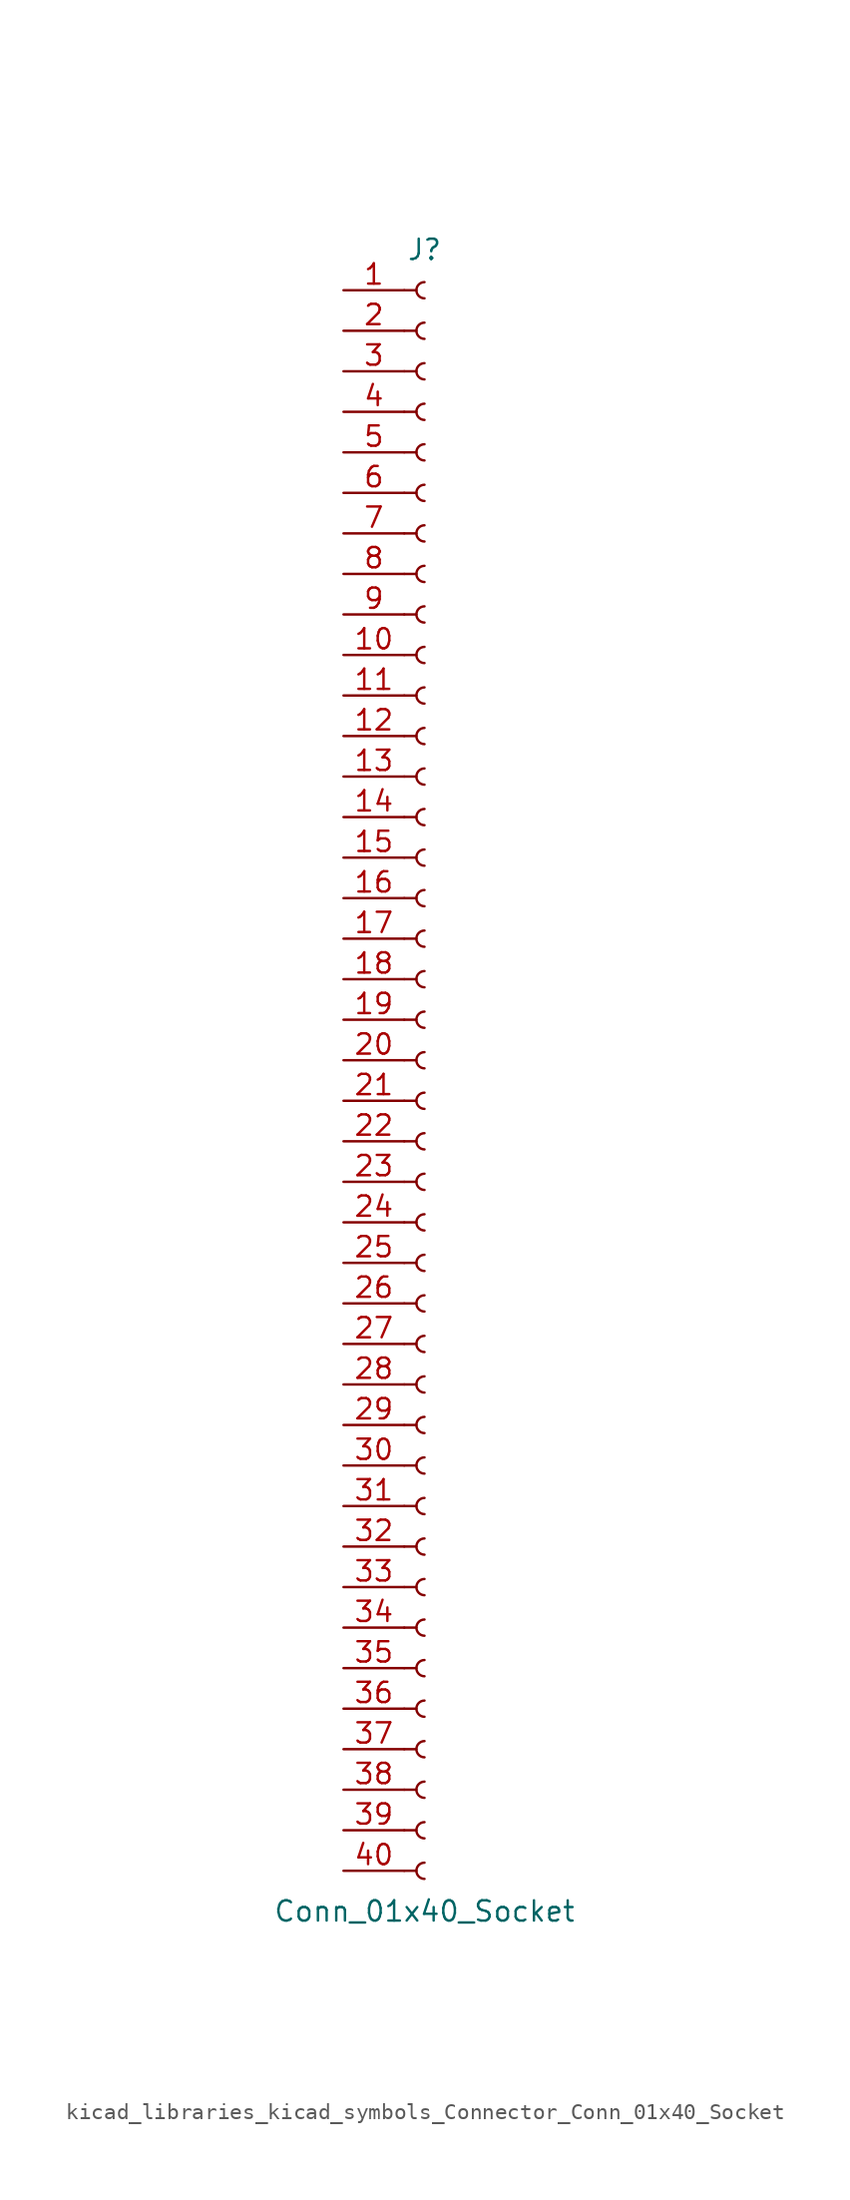
<source format=kicad_sym>
(kicad_symbol_lib
  (version 20220914)
  (generator kicad_symbol_editor)
  (symbol "kicad_libraries_kicad_symbols_Connector_Conn_01x40_Socket"
    (pin_names
      (offset 1.016) hide)
    (property "Reference" "J"
      (at 0 50.8 0)
      (effects (font (size 1.27 1.27))))
    (property "Value" "Conn_01x40_Socket"
      (at 0 -53.34 0)
      (effects (font (size 1.27 1.27))))
    (property "ki_locked" ""
      (at 0 0 0)
      (effects (font (size 1.27 1.27))))
    (symbol "kicad_libraries_kicad_symbols_Connector_Conn_01x40_Socket_1_1"
      (arc (start 0 -50.292) (mid -0.5058 -50.8) (end 0 -51.308) (stroke (width 0.1524) (type default)) (fill (type none)))
      (arc (start 0 -47.752) (mid -0.5058 -48.26) (end 0 -48.768) (stroke (width 0.1524) (type default)) (fill (type none)))
      (arc (start 0 -45.212) (mid -0.5058 -45.72) (end 0 -46.228) (stroke (width 0.1524) (type default)) (fill (type none)))
      (arc (start 0 -42.672) (mid -0.5058 -43.18) (end 0 -43.688) (stroke (width 0.1524) (type default)) (fill (type none)))
      (arc (start 0 -40.132) (mid -0.5058 -40.64) (end 0 -41.148) (stroke (width 0.1524) (type default)) (fill (type none)))
      (arc (start 0 -37.592) (mid -0.5058 -38.1) (end 0 -38.608) (stroke (width 0.1524) (type default)) (fill (type none)))
      (arc (start 0 -35.052) (mid -0.5058 -35.56) (end 0 -36.068) (stroke (width 0.1524) (type default)) (fill (type none)))
      (arc (start 0 -32.512) (mid -0.5058 -33.02) (end 0 -33.528) (stroke (width 0.1524) (type default)) (fill (type none)))
      (arc (start 0 -29.972) (mid -0.5058 -30.48) (end 0 -30.988) (stroke (width 0.1524) (type default)) (fill (type none)))
      (arc (start 0 -27.432) (mid -0.5058 -27.94) (end 0 -28.448) (stroke (width 0.1524) (type default)) (fill (type none)))
      (arc (start 0 -24.892) (mid -0.5058 -25.4) (end 0 -25.908) (stroke (width 0.1524) (type default)) (fill (type none)))
      (arc (start 0 -22.352) (mid -0.5058 -22.86) (end 0 -23.368) (stroke (width 0.1524) (type default)) (fill (type none)))
      (arc (start 0 -19.812) (mid -0.5058 -20.32) (end 0 -20.828) (stroke (width 0.1524) (type default)) (fill (type none)))
      (arc (start 0 -17.272) (mid -0.5058 -17.78) (end 0 -18.288) (stroke (width 0.1524) (type default)) (fill (type none)))
      (arc (start 0 -14.732) (mid -0.5058 -15.24) (end 0 -15.748) (stroke (width 0.1524) (type default)) (fill (type none)))
      (arc (start 0 -12.192) (mid -0.5058 -12.7) (end 0 -13.208) (stroke (width 0.1524) (type default)) (fill (type none)))
      (arc (start 0 -9.652) (mid -0.5058 -10.16) (end 0 -10.668) (stroke (width 0.1524) (type default)) (fill (type none)))
      (arc (start 0 -7.112) (mid -0.5058 -7.62) (end 0 -8.128) (stroke (width 0.1524) (type default)) (fill (type none)))
      (arc (start 0 -4.572) (mid -0.5058 -5.08) (end 0 -5.588) (stroke (width 0.1524) (type default)) (fill (type none)))
      (arc (start 0 -2.032) (mid -0.5058 -2.54) (end 0 -3.048) (stroke (width 0.1524) (type default)) (fill (type none)))
      (polyline (pts (xy -1.27 -50.8) (xy -0.508 -50.8)) (stroke (width 0.152) (type default)) (fill (type none)))
      (polyline (pts (xy -1.27 -48.26) (xy -0.508 -48.26)) (stroke (width 0.152) (type default)) (fill (type none)))
      (polyline (pts (xy -1.27 -45.72) (xy -0.508 -45.72)) (stroke (width 0.152) (type default)) (fill (type none)))
      (polyline (pts (xy -1.27 -43.18) (xy -0.508 -43.18)) (stroke (width 0.152) (type default)) (fill (type none)))
      (polyline (pts (xy -1.27 -40.64) (xy -0.508 -40.64)) (stroke (width 0.152) (type default)) (fill (type none)))
      (polyline (pts (xy -1.27 -38.1) (xy -0.508 -38.1)) (stroke (width 0.152) (type default)) (fill (type none)))
      (polyline (pts (xy -1.27 -35.56) (xy -0.508 -35.56)) (stroke (width 0.152) (type default)) (fill (type none)))
      (polyline (pts (xy -1.27 -33.02) (xy -0.508 -33.02)) (stroke (width 0.152) (type default)) (fill (type none)))
      (polyline (pts (xy -1.27 -30.48) (xy -0.508 -30.48)) (stroke (width 0.152) (type default)) (fill (type none)))
      (polyline (pts (xy -1.27 -27.94) (xy -0.508 -27.94)) (stroke (width 0.152) (type default)) (fill (type none)))
      (polyline (pts (xy -1.27 -25.4) (xy -0.508 -25.4)) (stroke (width 0.152) (type default)) (fill (type none)))
      (polyline (pts (xy -1.27 -22.86) (xy -0.508 -22.86)) (stroke (width 0.152) (type default)) (fill (type none)))
      (polyline (pts (xy -1.27 -20.32) (xy -0.508 -20.32)) (stroke (width 0.152) (type default)) (fill (type none)))
      (polyline (pts (xy -1.27 -17.78) (xy -0.508 -17.78)) (stroke (width 0.152) (type default)) (fill (type none)))
      (polyline (pts (xy -1.27 -15.24) (xy -0.508 -15.24)) (stroke (width 0.152) (type default)) (fill (type none)))
      (polyline (pts (xy -1.27 -12.7) (xy -0.508 -12.7)) (stroke (width 0.152) (type default)) (fill (type none)))
      (polyline (pts (xy -1.27 -10.16) (xy -0.508 -10.16)) (stroke (width 0.152) (type default)) (fill (type none)))
      (polyline (pts (xy -1.27 -7.62) (xy -0.508 -7.62)) (stroke (width 0.152) (type default)) (fill (type none)))
      (polyline (pts (xy -1.27 -5.08) (xy -0.508 -5.08)) (stroke (width 0.152) (type default)) (fill (type none)))
      (polyline (pts (xy -1.27 -2.54) (xy -0.508 -2.54)) (stroke (width 0.152) (type default)) (fill (type none)))
      (polyline (pts (xy -1.27 0) (xy -0.508 0)) (stroke (width 0.152) (type default)) (fill (type none)))
      (polyline (pts (xy -1.27 2.54) (xy -0.508 2.54)) (stroke (width 0.152) (type default)) (fill (type none)))
      (polyline (pts (xy -1.27 5.08) (xy -0.508 5.08)) (stroke (width 0.152) (type default)) (fill (type none)))
      (polyline (pts (xy -1.27 7.62) (xy -0.508 7.62)) (stroke (width 0.152) (type default)) (fill (type none)))
      (polyline (pts (xy -1.27 10.16) (xy -0.508 10.16)) (stroke (width 0.152) (type default)) (fill (type none)))
      (polyline (pts (xy -1.27 12.7) (xy -0.508 12.7)) (stroke (width 0.152) (type default)) (fill (type none)))
      (polyline (pts (xy -1.27 15.24) (xy -0.508 15.24)) (stroke (width 0.152) (type default)) (fill (type none)))
      (polyline (pts (xy -1.27 17.78) (xy -0.508 17.78)) (stroke (width 0.152) (type default)) (fill (type none)))
      (polyline (pts (xy -1.27 20.32) (xy -0.508 20.32)) (stroke (width 0.152) (type default)) (fill (type none)))
      (polyline (pts (xy -1.27 22.86) (xy -0.508 22.86)) (stroke (width 0.152) (type default)) (fill (type none)))
      (polyline (pts (xy -1.27 25.4) (xy -0.508 25.4)) (stroke (width 0.152) (type default)) (fill (type none)))
      (polyline (pts (xy -1.27 27.94) (xy -0.508 27.94)) (stroke (width 0.152) (type default)) (fill (type none)))
      (polyline (pts (xy -1.27 30.48) (xy -0.508 30.48)) (stroke (width 0.152) (type default)) (fill (type none)))
      (polyline (pts (xy -1.27 33.02) (xy -0.508 33.02)) (stroke (width 0.152) (type default)) (fill (type none)))
      (polyline (pts (xy -1.27 35.56) (xy -0.508 35.56)) (stroke (width 0.152) (type default)) (fill (type none)))
      (polyline (pts (xy -1.27 38.1) (xy -0.508 38.1)) (stroke (width 0.152) (type default)) (fill (type none)))
      (polyline (pts (xy -1.27 40.64) (xy -0.508 40.64)) (stroke (width 0.152) (type default)) (fill (type none)))
      (polyline (pts (xy -1.27 43.18) (xy -0.508 43.18)) (stroke (width 0.152) (type default)) (fill (type none)))
      (polyline (pts (xy -1.27 45.72) (xy -0.508 45.72)) (stroke (width 0.152) (type default)) (fill (type none)))
      (polyline (pts (xy -1.27 48.26) (xy -0.508 48.26)) (stroke (width 0.152) (type default)) (fill (type none)))
      (arc (start 0 0.508) (mid -0.5058 0) (end 0 -0.508) (stroke (width 0.1524) (type default)) (fill (type none)))
      (arc (start 0 3.048) (mid -0.5058 2.54) (end 0 2.032) (stroke (width 0.1524) (type default)) (fill (type none)))
      (arc (start 0 5.588) (mid -0.5058 5.08) (end 0 4.572) (stroke (width 0.1524) (type default)) (fill (type none)))
      (arc (start 0 8.128) (mid -0.5058 7.62) (end 0 7.112) (stroke (width 0.1524) (type default)) (fill (type none)))
      (arc (start 0 10.668) (mid -0.5058 10.16) (end 0 9.652) (stroke (width 0.1524) (type default)) (fill (type none)))
      (arc (start 0 13.208) (mid -0.5058 12.7) (end 0 12.192) (stroke (width 0.1524) (type default)) (fill (type none)))
      (arc (start 0 15.748) (mid -0.5058 15.24) (end 0 14.732) (stroke (width 0.1524) (type default)) (fill (type none)))
      (arc (start 0 18.288) (mid -0.5058 17.78) (end 0 17.272) (stroke (width 0.1524) (type default)) (fill (type none)))
      (arc (start 0 20.828) (mid -0.5058 20.32) (end 0 19.812) (stroke (width 0.1524) (type default)) (fill (type none)))
      (arc (start 0 23.368) (mid -0.5058 22.86) (end 0 22.352) (stroke (width 0.1524) (type default)) (fill (type none)))
      (arc (start 0 25.908) (mid -0.5058 25.4) (end 0 24.892) (stroke (width 0.1524) (type default)) (fill (type none)))
      (arc (start 0 28.448) (mid -0.5058 27.94) (end 0 27.432) (stroke (width 0.1524) (type default)) (fill (type none)))
      (arc (start 0 30.988) (mid -0.5058 30.48) (end 0 29.972) (stroke (width 0.1524) (type default)) (fill (type none)))
      (arc (start 0 33.528) (mid -0.5058 33.02) (end 0 32.512) (stroke (width 0.1524) (type default)) (fill (type none)))
      (arc (start 0 36.068) (mid -0.5058 35.56) (end 0 35.052) (stroke (width 0.1524) (type default)) (fill (type none)))
      (arc (start 0 38.608) (mid -0.5058 38.1) (end 0 37.592) (stroke (width 0.1524) (type default)) (fill (type none)))
      (arc (start 0 41.148) (mid -0.5058 40.64) (end 0 40.132) (stroke (width 0.1524) (type default)) (fill (type none)))
      (arc (start 0 43.688) (mid -0.5058 43.18) (end 0 42.672) (stroke (width 0.1524) (type default)) (fill (type none)))
      (arc (start 0 46.228) (mid -0.5058 45.72) (end 0 45.212) (stroke (width 0.1524) (type default)) (fill (type none)))
      (arc (start 0 48.768) (mid -0.5058 48.26) (end 0 47.752) (stroke (width 0.1524) (type default)) (fill (type none)))
      (pin passive line (at -5.08 48.26 0) (length 3.81) (name "Pin_1" (effects (font (size 1.27 1.27)))) (number "1" (effects (font (size 1.27 1.27)))))
      (pin passive line (at -5.08 25.4 0) (length 3.81) (name "Pin_10" (effects (font (size 1.27 1.27)))) (number "10" (effects (font (size 1.27 1.27)))))
      (pin passive line (at -5.08 22.86 0) (length 3.81) (name "Pin_11" (effects (font (size 1.27 1.27)))) (number "11" (effects (font (size 1.27 1.27)))))
      (pin passive line (at -5.08 20.32 0) (length 3.81) (name "Pin_12" (effects (font (size 1.27 1.27)))) (number "12" (effects (font (size 1.27 1.27)))))
      (pin passive line (at -5.08 17.78 0) (length 3.81) (name "Pin_13" (effects (font (size 1.27 1.27)))) (number "13" (effects (font (size 1.27 1.27)))))
      (pin passive line (at -5.08 15.24 0) (length 3.81) (name "Pin_14" (effects (font (size 1.27 1.27)))) (number "14" (effects (font (size 1.27 1.27)))))
      (pin passive line (at -5.08 12.7 0) (length 3.81) (name "Pin_15" (effects (font (size 1.27 1.27)))) (number "15" (effects (font (size 1.27 1.27)))))
      (pin passive line (at -5.08 10.16 0) (length 3.81) (name "Pin_16" (effects (font (size 1.27 1.27)))) (number "16" (effects (font (size 1.27 1.27)))))
      (pin passive line (at -5.08 7.62 0) (length 3.81) (name "Pin_17" (effects (font (size 1.27 1.27)))) (number "17" (effects (font (size 1.27 1.27)))))
      (pin passive line (at -5.08 5.08 0) (length 3.81) (name "Pin_18" (effects (font (size 1.27 1.27)))) (number "18" (effects (font (size 1.27 1.27)))))
      (pin passive line (at -5.08 2.54 0) (length 3.81) (name "Pin_19" (effects (font (size 1.27 1.27)))) (number "19" (effects (font (size 1.27 1.27)))))
      (pin passive line (at -5.08 45.72 0) (length 3.81) (name "Pin_2" (effects (font (size 1.27 1.27)))) (number "2" (effects (font (size 1.27 1.27)))))
      (pin passive line (at -5.08 0 0) (length 3.81) (name "Pin_20" (effects (font (size 1.27 1.27)))) (number "20" (effects (font (size 1.27 1.27)))))
      (pin passive line (at -5.08 -2.54 0) (length 3.81) (name "Pin_21" (effects (font (size 1.27 1.27)))) (number "21" (effects (font (size 1.27 1.27)))))
      (pin passive line (at -5.08 -5.08 0) (length 3.81) (name "Pin_22" (effects (font (size 1.27 1.27)))) (number "22" (effects (font (size 1.27 1.27)))))
      (pin passive line (at -5.08 -7.62 0) (length 3.81) (name "Pin_23" (effects (font (size 1.27 1.27)))) (number "23" (effects (font (size 1.27 1.27)))))
      (pin passive line (at -5.08 -10.16 0) (length 3.81) (name "Pin_24" (effects (font (size 1.27 1.27)))) (number "24" (effects (font (size 1.27 1.27)))))
      (pin passive line (at -5.08 -12.7 0) (length 3.81) (name "Pin_25" (effects (font (size 1.27 1.27)))) (number "25" (effects (font (size 1.27 1.27)))))
      (pin passive line (at -5.08 -15.24 0) (length 3.81) (name "Pin_26" (effects (font (size 1.27 1.27)))) (number "26" (effects (font (size 1.27 1.27)))))
      (pin passive line (at -5.08 -17.78 0) (length 3.81) (name "Pin_27" (effects (font (size 1.27 1.27)))) (number "27" (effects (font (size 1.27 1.27)))))
      (pin passive line (at -5.08 -20.32 0) (length 3.81) (name "Pin_28" (effects (font (size 1.27 1.27)))) (number "28" (effects (font (size 1.27 1.27)))))
      (pin passive line (at -5.08 -22.86 0) (length 3.81) (name "Pin_29" (effects (font (size 1.27 1.27)))) (number "29" (effects (font (size 1.27 1.27)))))
      (pin passive line (at -5.08 43.18 0) (length 3.81) (name "Pin_3" (effects (font (size 1.27 1.27)))) (number "3" (effects (font (size 1.27 1.27)))))
      (pin passive line (at -5.08 -25.4 0) (length 3.81) (name "Pin_30" (effects (font (size 1.27 1.27)))) (number "30" (effects (font (size 1.27 1.27)))))
      (pin passive line (at -5.08 -27.94 0) (length 3.81) (name "Pin_31" (effects (font (size 1.27 1.27)))) (number "31" (effects (font (size 1.27 1.27)))))
      (pin passive line (at -5.08 -30.48 0) (length 3.81) (name "Pin_32" (effects (font (size 1.27 1.27)))) (number "32" (effects (font (size 1.27 1.27)))))
      (pin passive line (at -5.08 -33.02 0) (length 3.81) (name "Pin_33" (effects (font (size 1.27 1.27)))) (number "33" (effects (font (size 1.27 1.27)))))
      (pin passive line (at -5.08 -35.56 0) (length 3.81) (name "Pin_34" (effects (font (size 1.27 1.27)))) (number "34" (effects (font (size 1.27 1.27)))))
      (pin passive line (at -5.08 -38.1 0) (length 3.81) (name "Pin_35" (effects (font (size 1.27 1.27)))) (number "35" (effects (font (size 1.27 1.27)))))
      (pin passive line (at -5.08 -40.64 0) (length 3.81) (name "Pin_36" (effects (font (size 1.27 1.27)))) (number "36" (effects (font (size 1.27 1.27)))))
      (pin passive line (at -5.08 -43.18 0) (length 3.81) (name "Pin_37" (effects (font (size 1.27 1.27)))) (number "37" (effects (font (size 1.27 1.27)))))
      (pin passive line (at -5.08 -45.72 0) (length 3.81) (name "Pin_38" (effects (font (size 1.27 1.27)))) (number "38" (effects (font (size 1.27 1.27)))))
      (pin passive line (at -5.08 -48.26 0) (length 3.81) (name "Pin_39" (effects (font (size 1.27 1.27)))) (number "39" (effects (font (size 1.27 1.27)))))
      (pin passive line (at -5.08 40.64 0) (length 3.81) (name "Pin_4" (effects (font (size 1.27 1.27)))) (number "4" (effects (font (size 1.27 1.27)))))
      (pin passive line (at -5.08 -50.8 0) (length 3.81) (name "Pin_40" (effects (font (size 1.27 1.27)))) (number "40" (effects (font (size 1.27 1.27)))))
      (pin passive line (at -5.08 38.1 0) (length 3.81) (name "Pin_5" (effects (font (size 1.27 1.27)))) (number "5" (effects (font (size 1.27 1.27)))))
      (pin passive line (at -5.08 35.56 0) (length 3.81) (name "Pin_6" (effects (font (size 1.27 1.27)))) (number "6" (effects (font (size 1.27 1.27)))))
      (pin passive line (at -5.08 33.02 0) (length 3.81) (name "Pin_7" (effects (font (size 1.27 1.27)))) (number "7" (effects (font (size 1.27 1.27)))))
      (pin passive line (at -5.08 30.48 0) (length 3.81) (name "Pin_8" (effects (font (size 1.27 1.27)))) (number "8" (effects (font (size 1.27 1.27)))))
      (pin passive line (at -5.08 27.94 0) (length 3.81) (name "Pin_9" (effects (font (size 1.27 1.27)))) (number "9" (effects (font (size 1.27 1.27))))))))
</source>
